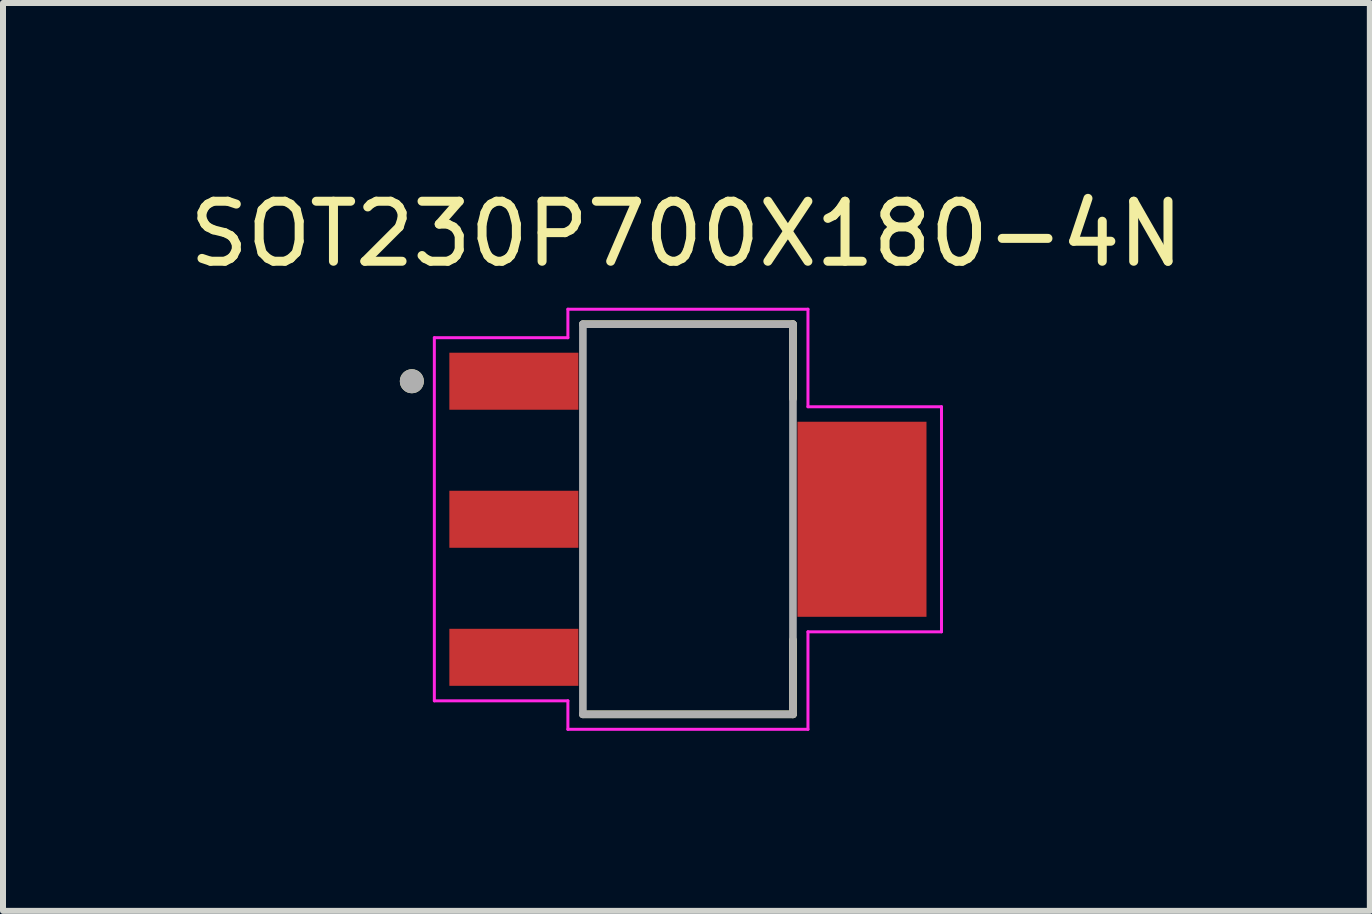
<source format=kicad_pcb>
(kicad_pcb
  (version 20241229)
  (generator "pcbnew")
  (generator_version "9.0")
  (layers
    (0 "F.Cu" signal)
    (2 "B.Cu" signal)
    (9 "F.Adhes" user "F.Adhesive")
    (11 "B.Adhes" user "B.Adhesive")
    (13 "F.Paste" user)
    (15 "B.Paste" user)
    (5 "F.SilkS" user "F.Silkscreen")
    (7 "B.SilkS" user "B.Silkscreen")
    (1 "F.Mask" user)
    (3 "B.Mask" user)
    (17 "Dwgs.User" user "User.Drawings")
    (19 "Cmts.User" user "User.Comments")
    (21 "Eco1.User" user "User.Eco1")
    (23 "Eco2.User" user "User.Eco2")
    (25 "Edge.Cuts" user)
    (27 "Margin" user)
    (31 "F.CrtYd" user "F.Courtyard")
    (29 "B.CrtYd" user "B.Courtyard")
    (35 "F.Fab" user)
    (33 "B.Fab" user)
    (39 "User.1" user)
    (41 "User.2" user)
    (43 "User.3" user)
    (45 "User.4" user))
  (footprint "SOT230P700X180-4N"
    (layer "F.Cu")
    (at 8.412 5.602)
    (property "Reference" "SOT230P700X180-4N" (at -0.025 -4.754 0) (layer "F.SilkS") (effects (font (size 1 1) (thickness 0.15))))
    (attr through_hole)
    (fp_line (start -1.75 -3.25) (end 1.75 -3.25) (stroke (width 0.127) (type solid)) (layer "F.SilkS"))
    (fp_line (start -1.75 3.25) (end 1.75 3.25) (stroke (width 0.127) (type solid)) (layer "F.SilkS"))
    (fp_line (start 1.75 -3.25) (end 1.75 -2.01) (stroke (width 0.127) (type solid)) (layer "F.SilkS"))
    (fp_line (start 1.75 3.25) (end 1.75 2.01) (stroke (width 0.127) (type solid)) (layer "F.SilkS"))
    (fp_circle (center -4.6 -2.3) (end -4.5 -2.3) (stroke (width 0.2) (type solid)) (fill no) (layer "F.SilkS"))
    (fp_line (start -4.225 -3.025) (end -4.225 3.025) (stroke (width 0.05) (type solid)) (layer "F.CrtYd"))
    (fp_line (start -4.225 3.025) (end -2 3.025) (stroke (width 0.05) (type solid)) (layer "F.CrtYd"))
    (fp_line (start -2 -3.5) (end -2 -3.025) (stroke (width 0.05) (type solid)) (layer "F.CrtYd"))
    (fp_line (start -2 -3.025) (end -4.225 -3.025) (stroke (width 0.05) (type solid)) (layer "F.CrtYd"))
    (fp_line (start -2 3.025) (end -2 3.5) (stroke (width 0.05) (type solid)) (layer "F.CrtYd"))
    (fp_line (start -2 3.5) (end 2 3.5) (stroke (width 0.05) (type solid)) (layer "F.CrtYd"))
    (fp_line (start 2 -3.5) (end -2 -3.5) (stroke (width 0.05) (type solid)) (layer "F.CrtYd"))
    (fp_line (start 2 -1.875) (end 2 -3.5) (stroke (width 0.05) (type solid)) (layer "F.CrtYd"))
    (fp_line (start 2 1.875) (end 4.225 1.875) (stroke (width 0.05) (type solid)) (layer "F.CrtYd"))
    (fp_line (start 2 3.5) (end 2 1.875) (stroke (width 0.05) (type solid)) (layer "F.CrtYd"))
    (fp_line (start 4.225 -1.875) (end 2 -1.875) (stroke (width 0.05) (type solid)) (layer "F.CrtYd"))
    (fp_line (start 4.225 1.875) (end 4.225 -1.875) (stroke (width 0.05) (type solid)) (layer "F.CrtYd"))
    (fp_line (start -1.75 -3.25) (end -1.75 3.25) (stroke (width 0.127) (type solid)) (layer "F.Fab"))
    (fp_line (start 1.75 -3.25) (end -1.75 -3.25) (stroke (width 0.127) (type solid)) (layer "F.Fab"))
    (fp_line (start 1.75 -3.25) (end 1.75 3.25) (stroke (width 0.127) (type solid)) (layer "F.Fab"))
    (fp_line (start 1.75 3.25) (end -1.75 3.25) (stroke (width 0.127) (type solid)) (layer "F.Fab"))
    (fp_circle (center -4.6 -2.3) (end -4.5 -2.3) (stroke (width 0.2) (type solid)) (fill no) (layer "F.Fab"))
    (pad "1" smd rect (at -2.9 -2.3 270) (size 0.95 2.15) (layers "F.Cu" "F.Mask" "F.Paste"))
    (pad "2" smd rect (at -2.9 0 270) (size 0.95 2.15) (layers "F.Cu" "F.Mask" "F.Paste"))
    (pad "3" smd rect (at -2.9 2.3 270) (size 0.95 2.15) (layers "F.Cu" "F.Mask" "F.Paste"))
    (pad "4" smd rect (at 2.9 0 270) (size 3.25 2.15) (layers "F.Cu" "F.Mask" "F.Paste")))
  (gr_rect
    (start -3 -3)
    (end 19.774 12.127)
    (stroke (width 0.1) (type default))
    (fill no)
    (layer "Edge.Cuts")))
</source>
